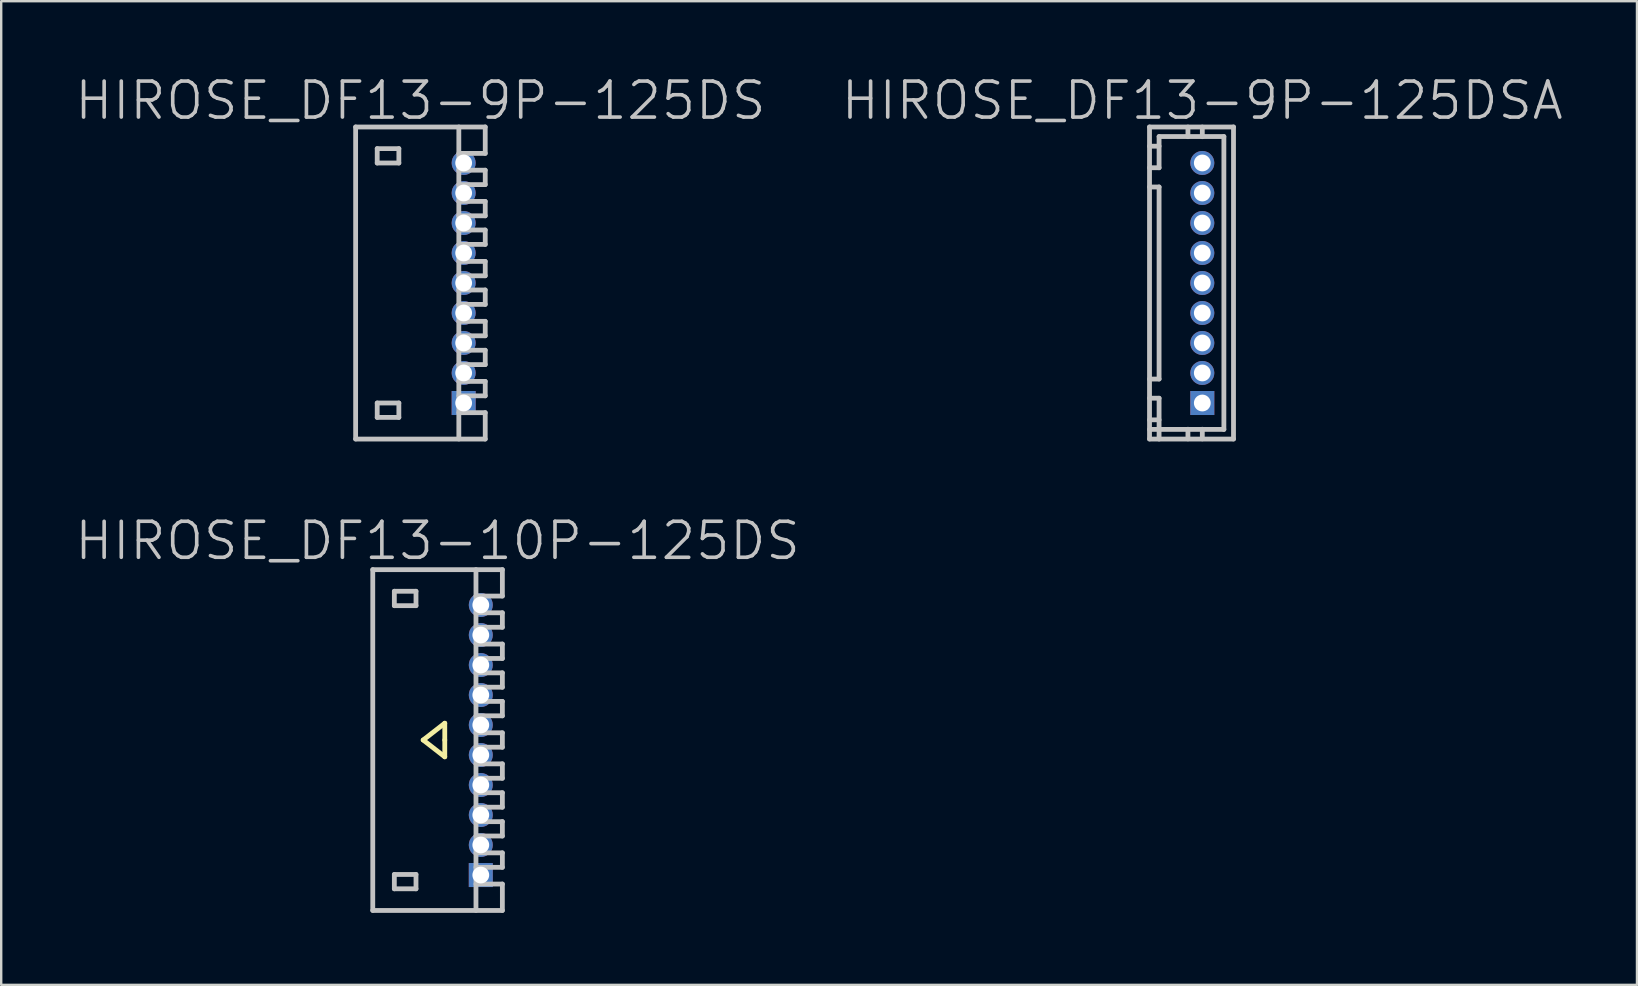
<source format=kicad_pcb>
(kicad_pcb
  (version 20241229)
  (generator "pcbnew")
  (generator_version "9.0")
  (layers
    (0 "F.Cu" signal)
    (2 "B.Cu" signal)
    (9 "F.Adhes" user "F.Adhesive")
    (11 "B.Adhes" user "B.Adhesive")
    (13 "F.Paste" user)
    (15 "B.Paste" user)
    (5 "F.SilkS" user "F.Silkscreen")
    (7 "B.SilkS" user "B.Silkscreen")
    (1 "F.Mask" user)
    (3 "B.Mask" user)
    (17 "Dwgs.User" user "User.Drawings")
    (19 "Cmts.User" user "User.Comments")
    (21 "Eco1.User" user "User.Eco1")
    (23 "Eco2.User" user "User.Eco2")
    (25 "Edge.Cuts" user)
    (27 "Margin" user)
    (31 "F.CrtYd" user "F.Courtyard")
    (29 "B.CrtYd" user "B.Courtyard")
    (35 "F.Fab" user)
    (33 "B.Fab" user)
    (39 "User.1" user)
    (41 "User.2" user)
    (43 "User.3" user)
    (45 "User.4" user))
  (footprint "HIROSE_DF13-9P-125DSA"
    (layer "F.Cu")
    (at 47.046 8.741)
    (property "Reference" "HIROSE_DF13-9P-125DSA" (at 0 -7.6 180) (layer "Dwgs.User") (effects (font (size 1.5 1.5) (thickness 0.15))))
    (attr through_hole)
    (fp_line (start -2.2 -6.5) (end -2.2 6.5) (stroke (width 0.2) (type solid)) (layer "Dwgs.User"))
    (fp_line (start -2.2 -6.5) (end 1.3 -6.5) (stroke (width 0.2) (type solid)) (layer "Dwgs.User"))
    (fp_line (start -2.2 -4) (end -1.801 -4) (stroke (width 0.2) (type solid)) (layer "Dwgs.User"))
    (fp_line (start -2.2 4.003) (end -1.801 4.003) (stroke (width 0.2) (type solid)) (layer "Dwgs.User"))
    (fp_line (start -1.801 -5.7) (end -2.2 -5.7) (stroke (width 0.2) (type solid)) (layer "Dwgs.User"))
    (fp_line (start -1.801 -4.801) (end -2.2 -4.801) (stroke (width 0.2) (type solid)) (layer "Dwgs.User"))
    (fp_line (start -1.801 -4.801) (end -1.801 -6.101) (stroke (width 0.2) (type solid)) (layer "Dwgs.User"))
    (fp_line (start -1.801 4) (end -1.801 -4) (stroke (width 0.2) (type solid)) (layer "Dwgs.User"))
    (fp_line (start -1.801 4.801) (end -2.2 4.801) (stroke (width 0.2) (type solid)) (layer "Dwgs.User"))
    (fp_line (start -1.801 4.801) (end -1.801 6.502) (stroke (width 0.2) (type solid)) (layer "Dwgs.User"))
    (fp_line (start -1.801 5.702) (end -2.2 5.702) (stroke (width 0.2) (type solid)) (layer "Dwgs.User"))
    (fp_line (start -0.599 -6.096) (end -0.599 -6.497) (stroke (width 0.2) (type solid)) (layer "Dwgs.User"))
    (fp_line (start -0.599 6.495) (end -0.599 6.093) (stroke (width 0.2) (type solid)) (layer "Dwgs.User"))
    (fp_line (start -0.099 -5.1) (end -0.099 -4.9) (stroke (width 0.2) (type solid)) (layer "Dwgs.User"))
    (fp_line (start -0.099 -4.9) (end 0.099 -4.9) (stroke (width 0.2) (type solid)) (layer "Dwgs.User"))
    (fp_line (start -0.099 -3.8) (end -0.099 -3.599) (stroke (width 0.2) (type solid)) (layer "Dwgs.User"))
    (fp_line (start -0.099 -3.599) (end 0.099 -3.599) (stroke (width 0.2) (type solid)) (layer "Dwgs.User"))
    (fp_line (start -0.099 -2.601) (end -0.099 -2.4) (stroke (width 0.2) (type solid)) (layer "Dwgs.User"))
    (fp_line (start -0.099 -2.4) (end 0.099 -2.4) (stroke (width 0.2) (type solid)) (layer "Dwgs.User"))
    (fp_line (start -0.099 -1.3) (end -0.099 -1.1) (stroke (width 0.2) (type solid)) (layer "Dwgs.User"))
    (fp_line (start -0.099 -1.1) (end 0.099 -1.1) (stroke (width 0.2) (type solid)) (layer "Dwgs.User"))
    (fp_line (start -0.099 -0.099) (end 0.099 -0.099) (stroke (width 0.2) (type solid)) (layer "Dwgs.User"))
    (fp_line (start -0.099 0.099) (end -0.099 -0.099) (stroke (width 0.2) (type solid)) (layer "Dwgs.User"))
    (fp_line (start -0.099 1.1) (end 0.099 1.1) (stroke (width 0.2) (type solid)) (layer "Dwgs.User"))
    (fp_line (start -0.099 1.3) (end -0.099 1.1) (stroke (width 0.2) (type solid)) (layer "Dwgs.User"))
    (fp_line (start -0.099 2.4) (end 0.099 2.4) (stroke (width 0.2) (type solid)) (layer "Dwgs.User"))
    (fp_line (start -0.099 2.601) (end -0.099 2.4) (stroke (width 0.2) (type solid)) (layer "Dwgs.User"))
    (fp_line (start -0.099 3.599) (end 0.099 3.599) (stroke (width 0.2) (type solid)) (layer "Dwgs.User"))
    (fp_line (start -0.099 3.8) (end -0.099 3.599) (stroke (width 0.2) (type solid)) (layer "Dwgs.User"))
    (fp_line (start -0.099 4.9) (end 0.099 4.9) (stroke (width 0.2) (type solid)) (layer "Dwgs.User"))
    (fp_line (start -0.099 5.1) (end -0.099 4.9) (stroke (width 0.2) (type solid)) (layer "Dwgs.User"))
    (fp_line (start 0 -6.096) (end 0 -6.497) (stroke (width 0.2) (type solid)) (layer "Dwgs.User"))
    (fp_line (start 0 6.093) (end 0 6.495) (stroke (width 0.2) (type solid)) (layer "Dwgs.User"))
    (fp_line (start 0.099 -5.1) (end -0.099 -5.1) (stroke (width 0.2) (type solid)) (layer "Dwgs.User"))
    (fp_line (start 0.099 -4.9) (end 0.099 -5.1) (stroke (width 0.2) (type solid)) (layer "Dwgs.User"))
    (fp_line (start 0.099 -3.8) (end -0.099 -3.8) (stroke (width 0.2) (type solid)) (layer "Dwgs.User"))
    (fp_line (start 0.099 -3.599) (end 0.099 -3.8) (stroke (width 0.2) (type solid)) (layer "Dwgs.User"))
    (fp_line (start 0.099 -2.601) (end -0.099 -2.601) (stroke (width 0.2) (type solid)) (layer "Dwgs.User"))
    (fp_line (start 0.099 -2.4) (end 0.099 -2.601) (stroke (width 0.2) (type solid)) (layer "Dwgs.User"))
    (fp_line (start 0.099 -1.3) (end -0.099 -1.3) (stroke (width 0.2) (type solid)) (layer "Dwgs.User"))
    (fp_line (start 0.099 -1.1) (end 0.099 -1.3) (stroke (width 0.2) (type solid)) (layer "Dwgs.User"))
    (fp_line (start 0.099 -0.099) (end 0.099 0.099) (stroke (width 0.2) (type solid)) (layer "Dwgs.User"))
    (fp_line (start 0.099 0.099) (end -0.099 0.099) (stroke (width 0.2) (type solid)) (layer "Dwgs.User"))
    (fp_line (start 0.099 1.1) (end 0.099 1.3) (stroke (width 0.2) (type solid)) (layer "Dwgs.User"))
    (fp_line (start 0.099 1.3) (end -0.099 1.3) (stroke (width 0.2) (type solid)) (layer "Dwgs.User"))
    (fp_line (start 0.099 2.4) (end 0.099 2.601) (stroke (width 0.2) (type solid)) (layer "Dwgs.User"))
    (fp_line (start 0.099 2.601) (end -0.099 2.601) (stroke (width 0.2) (type solid)) (layer "Dwgs.User"))
    (fp_line (start 0.099 3.599) (end 0.099 3.8) (stroke (width 0.2) (type solid)) (layer "Dwgs.User"))
    (fp_line (start 0.099 3.8) (end -0.099 3.8) (stroke (width 0.2) (type solid)) (layer "Dwgs.User"))
    (fp_line (start 0.099 4.9) (end 0.099 5.1) (stroke (width 0.2) (type solid)) (layer "Dwgs.User"))
    (fp_line (start 0.099 5.1) (end -0.099 5.1) (stroke (width 0.2) (type solid)) (layer "Dwgs.User"))
    (fp_line (start 0.899 -6.101) (end -1.801 -6.101) (stroke (width 0.2) (type solid)) (layer "Dwgs.User"))
    (fp_line (start 0.899 6.101) (end -2.2 6.101) (stroke (width 0.2) (type solid)) (layer "Dwgs.User"))
    (fp_line (start 0.899 6.101) (end 0.899 -6.101) (stroke (width 0.2) (type solid)) (layer "Dwgs.User"))
    (fp_line (start 1.3 -6.5) (end 1.3 6.5) (stroke (width 0.2) (type solid)) (layer "Dwgs.User"))
    (fp_line (start 1.3 6.502) (end -2.2 6.502) (stroke (width 0.2) (type solid)) (layer "Dwgs.User"))
    (pad "1" thru_hole rect (at 0 5.001 270) (size 1 1) (drill 0.7) (layers "*.Cu" "*.Mask"))
    (pad "2" thru_hole circle (at 0 3.749 270) (size 1 1) (drill 0.7) (layers "*.Cu" "*.Mask"))
    (pad "3" thru_hole circle (at 0 2.499 270) (size 1 1) (drill 0.7) (layers "*.Cu" "*.Mask"))
    (pad "4" thru_hole circle (at 0 1.25 270) (size 1 1) (drill 0.7) (layers "*.Cu" "*.Mask"))
    (pad "5" thru_hole circle (at 0 0 270) (size 1 1) (drill 0.7) (layers "*.Cu" "*.Mask"))
    (pad "6" thru_hole circle (at 0 -1.25 270) (size 1 1) (drill 0.7) (layers "*.Cu" "*.Mask"))
    (pad "7" thru_hole circle (at 0 -2.499 270) (size 1 1) (drill 0.7) (layers "*.Cu" "*.Mask"))
    (pad "8" thru_hole circle (at 0 -3.749 270) (size 1 1) (drill 0.7) (layers "*.Cu" "*.Mask"))
    (pad "9" thru_hole circle (at 0 -5.001 270) (size 1 1) (drill 0.7) (layers "*.Cu" "*.Mask")))
  (footprint "HIROSE_DF13-10P-125DS"
    (layer "F.Cu")
    (at 15.182 27.784)
    (property "Reference" "HIROSE_DF13-10P-125DS" (at 0 -8.3 180) (layer "Dwgs.User") (effects (font (size 1.5 1.5) (thickness 0.15))))
    (attr through_hole)
    (fp_line (start -0.6 0) (end 0.3 0.7) (stroke (width 0.2) (type solid)) (layer "F.SilkS"))
    (fp_line (start 0.3 -0.7) (end -0.6 0) (stroke (width 0.2) (type solid)) (layer "F.SilkS"))
    (fp_line (start 0.3 0) (end 0.3 -0.7) (stroke (width 0.2) (type solid)) (layer "F.SilkS"))
    (fp_line (start 0.3 0.7) (end 0.3 0) (stroke (width 0.2) (type solid)) (layer "F.SilkS"))
    (fp_line (start -2.7 -7.099) (end -2.7 7.099) (stroke (width 0.2) (type solid)) (layer "Dwgs.User"))
    (fp_line (start -2.7 -7.099) (end 2.7 -7.099) (stroke (width 0.2) (type solid)) (layer "Dwgs.User"))
    (fp_line (start -2.7 7.102) (end 2.7 7.102) (stroke (width 0.2) (type solid)) (layer "Dwgs.User"))
    (fp_line (start -1.801 -6.198) (end -1.801 -5.598) (stroke (width 0.2) (type solid)) (layer "Dwgs.User"))
    (fp_line (start -1.801 -5.598) (end -0.899 -5.598) (stroke (width 0.2) (type solid)) (layer "Dwgs.User"))
    (fp_line (start -1.801 5.601) (end -0.899 5.601) (stroke (width 0.2) (type solid)) (layer "Dwgs.User"))
    (fp_line (start -1.801 6.2) (end -1.801 5.601) (stroke (width 0.2) (type solid)) (layer "Dwgs.User"))
    (fp_line (start -0.899 -6.198) (end -1.801 -6.198) (stroke (width 0.2) (type solid)) (layer "Dwgs.User"))
    (fp_line (start -0.899 -5.598) (end -0.899 -6.198) (stroke (width 0.2) (type solid)) (layer "Dwgs.User"))
    (fp_line (start -0.899 5.601) (end -0.899 6.2) (stroke (width 0.2) (type solid)) (layer "Dwgs.User"))
    (fp_line (start -0.899 6.2) (end -1.801 6.2) (stroke (width 0.2) (type solid)) (layer "Dwgs.User"))
    (fp_line (start 1.6 -5.999) (end 2.7 -5.999) (stroke (width 0.2) (type solid)) (layer "Dwgs.User"))
    (fp_line (start 1.6 -2.2) (end 2.7 -2.2) (stroke (width 0.2) (type solid)) (layer "Dwgs.User"))
    (fp_line (start 1.6 -1.608) (end 2.7 -1.608) (stroke (width 0.2) (type solid)) (layer "Dwgs.User"))
    (fp_line (start 1.6 -1.008) (end 2.7 -1.008) (stroke (width 0.2) (type solid)) (layer "Dwgs.User"))
    (fp_line (start 1.6 -0.3) (end 2.7 -0.3) (stroke (width 0.2) (type solid)) (layer "Dwgs.User"))
    (fp_line (start 1.6 0.993) (end 2.7 0.993) (stroke (width 0.2) (type solid)) (layer "Dwgs.User"))
    (fp_line (start 1.6 2.197) (end 2.7 2.197) (stroke (width 0.2) (type solid)) (layer "Dwgs.User"))
    (fp_line (start 1.6 3.401) (end 2.7 3.401) (stroke (width 0.2) (type solid)) (layer "Dwgs.User"))
    (fp_line (start 1.6 4.702) (end 2.7 4.702) (stroke (width 0.2) (type solid)) (layer "Dwgs.User"))
    (fp_line (start 1.6 6.002) (end 2.7 6.002) (stroke (width 0.2) (type solid)) (layer "Dwgs.User"))
    (fp_line (start 1.6 7.099) (end 1.6 -7.099) (stroke (width 0.2) (type solid)) (layer "Dwgs.User"))
    (fp_line (start 2.7 -5.999) (end 2.7 -7.099) (stroke (width 0.2) (type solid)) (layer "Dwgs.User"))
    (fp_line (start 2.7 -5.301) (end 1.6 -5.301) (stroke (width 0.2) (type solid)) (layer "Dwgs.User"))
    (fp_line (start 2.7 -4.699) (end 1.6 -4.699) (stroke (width 0.2) (type solid)) (layer "Dwgs.User"))
    (fp_line (start 2.7 -4.699) (end 2.7 -5.301) (stroke (width 0.2) (type solid)) (layer "Dwgs.User"))
    (fp_line (start 2.7 -3.998) (end 1.6 -3.998) (stroke (width 0.2) (type solid)) (layer "Dwgs.User"))
    (fp_line (start 2.7 -3.399) (end 1.6 -3.399) (stroke (width 0.2) (type solid)) (layer "Dwgs.User"))
    (fp_line (start 2.7 -3.399) (end 2.7 -3.998) (stroke (width 0.2) (type solid)) (layer "Dwgs.User"))
    (fp_line (start 2.7 -2.799) (end 1.6 -2.799) (stroke (width 0.2) (type solid)) (layer "Dwgs.User"))
    (fp_line (start 2.7 -2.2) (end 2.7 -2.799) (stroke (width 0.2) (type solid)) (layer "Dwgs.User"))
    (fp_line (start 2.7 -1.008) (end 2.7 -1.608) (stroke (width 0.2) (type solid)) (layer "Dwgs.User"))
    (fp_line (start 2.7 -0.3) (end 2.7 0.3) (stroke (width 0.2) (type solid)) (layer "Dwgs.User"))
    (fp_line (start 2.7 0.3) (end 1.6 0.3) (stroke (width 0.2) (type solid)) (layer "Dwgs.User"))
    (fp_line (start 2.7 0.993) (end 2.7 1.593) (stroke (width 0.2) (type solid)) (layer "Dwgs.User"))
    (fp_line (start 2.7 1.593) (end 1.6 1.593) (stroke (width 0.2) (type solid)) (layer "Dwgs.User"))
    (fp_line (start 2.7 2.197) (end 2.7 2.799) (stroke (width 0.2) (type solid)) (layer "Dwgs.User"))
    (fp_line (start 2.7 2.799) (end 1.6 2.799) (stroke (width 0.2) (type solid)) (layer "Dwgs.User"))
    (fp_line (start 2.7 3.401) (end 2.7 4) (stroke (width 0.2) (type solid)) (layer "Dwgs.User"))
    (fp_line (start 2.7 4) (end 1.6 4) (stroke (width 0.2) (type solid)) (layer "Dwgs.User"))
    (fp_line (start 2.7 4.702) (end 2.7 5.304) (stroke (width 0.2) (type solid)) (layer "Dwgs.User"))
    (fp_line (start 2.7 5.304) (end 1.6 5.304) (stroke (width 0.2) (type solid)) (layer "Dwgs.User"))
    (fp_line (start 2.7 7.102) (end 2.7 6.002) (stroke (width 0.2) (type solid)) (layer "Dwgs.User"))
    (pad "1" thru_hole rect (at 1.801 5.626 270) (size 1 1) (drill 0.7) (layers "*.Cu" "*.Mask"))
    (pad "2" thru_hole circle (at 1.801 4.374 270) (size 1 1) (drill 0.7) (layers "*.Cu" "*.Mask"))
    (pad "3" thru_hole circle (at 1.801 3.124 270) (size 1 1) (drill 0.7) (layers "*.Cu" "*.Mask"))
    (pad "4" thru_hole circle (at 1.801 1.875 270) (size 1 1) (drill 0.7) (layers "*.Cu" "*.Mask"))
    (pad "5" thru_hole circle (at 1.801 0.625 270) (size 1 1) (drill 0.7) (layers "*.Cu" "*.Mask"))
    (pad "6" thru_hole circle (at 1.801 -0.625 270) (size 1 1) (drill 0.7) (layers "*.Cu" "*.Mask"))
    (pad "7" thru_hole circle (at 1.801 -1.875 270) (size 1 1) (drill 0.7) (layers "*.Cu" "*.Mask"))
    (pad "8" thru_hole circle (at 1.801 -3.124 270) (size 1 1) (drill 0.7) (layers "*.Cu" "*.Mask"))
    (pad "9" thru_hole circle (at 1.801 -4.374 270) (size 1 1) (drill 0.7) (layers "*.Cu" "*.Mask"))
    (pad "10" thru_hole circle (at 1.801 -5.626 270) (size 1 1) (drill 0.7) (layers "*.Cu" "*.Mask")))
  (footprint "HIROSE_DF13-9P-125DS"
    (layer "F.Cu")
    (at 14.468 8.741)
    (property "Reference" "HIROSE_DF13-9P-125DS" (at 0 -7.6 180) (layer "Dwgs.User") (effects (font (size 1.5 1.5) (thickness 0.15))))
    (attr through_hole)
    (fp_line (start -2.7 -6.5) (end 2.7 -6.5) (stroke (width 0.2) (type solid)) (layer "Dwgs.User"))
    (fp_line (start -2.7 6.5) (end -2.7 -6.5) (stroke (width 0.2) (type solid)) (layer "Dwgs.User"))
    (fp_line (start -2.7 6.502) (end 2.7 6.502) (stroke (width 0.2) (type solid)) (layer "Dwgs.User"))
    (fp_line (start -1.801 -5.598) (end -1.801 -4.999) (stroke (width 0.2) (type solid)) (layer "Dwgs.User"))
    (fp_line (start -1.801 -4.999) (end -0.899 -4.999) (stroke (width 0.2) (type solid)) (layer "Dwgs.User"))
    (fp_line (start -1.801 5.001) (end -0.899 5.001) (stroke (width 0.2) (type solid)) (layer "Dwgs.User"))
    (fp_line (start -1.801 5.601) (end -1.801 5.001) (stroke (width 0.2) (type solid)) (layer "Dwgs.User"))
    (fp_line (start -0.899 -5.598) (end -1.801 -5.598) (stroke (width 0.2) (type solid)) (layer "Dwgs.User"))
    (fp_line (start -0.899 -4.999) (end -0.899 -5.598) (stroke (width 0.2) (type solid)) (layer "Dwgs.User"))
    (fp_line (start -0.899 5.001) (end -0.899 5.601) (stroke (width 0.2) (type solid)) (layer "Dwgs.User"))
    (fp_line (start -0.899 5.601) (end -1.801 5.601) (stroke (width 0.2) (type solid)) (layer "Dwgs.User"))
    (fp_line (start 1.6 -6.5) (end 1.6 6.5) (stroke (width 0.2) (type solid)) (layer "Dwgs.User"))
    (fp_line (start 1.6 -5.4) (end 2.7 -5.4) (stroke (width 0.2) (type solid)) (layer "Dwgs.User"))
    (fp_line (start 1.6 -2.799) (end 2.7 -2.799) (stroke (width 0.2) (type solid)) (layer "Dwgs.User"))
    (fp_line (start 1.6 -2.207) (end 2.7 -2.207) (stroke (width 0.2) (type solid)) (layer "Dwgs.User"))
    (fp_line (start 1.6 -1.608) (end 2.7 -1.608) (stroke (width 0.2) (type solid)) (layer "Dwgs.User"))
    (fp_line (start 1.6 -0.899) (end 2.7 -0.899) (stroke (width 0.2) (type solid)) (layer "Dwgs.User"))
    (fp_line (start 1.6 0.292) (end 2.7 0.292) (stroke (width 0.2) (type solid)) (layer "Dwgs.User"))
    (fp_line (start 1.6 1.598) (end 2.7 1.598) (stroke (width 0.2) (type solid)) (layer "Dwgs.User"))
    (fp_line (start 1.6 2.802) (end 2.7 2.802) (stroke (width 0.2) (type solid)) (layer "Dwgs.User"))
    (fp_line (start 1.6 4.1) (end 2.7 4.1) (stroke (width 0.2) (type solid)) (layer "Dwgs.User"))
    (fp_line (start 1.6 5.403) (end 2.7 5.403) (stroke (width 0.2) (type solid)) (layer "Dwgs.User"))
    (fp_line (start 2.7 -5.4) (end 2.7 -6.5) (stroke (width 0.2) (type solid)) (layer "Dwgs.User"))
    (fp_line (start 2.7 -4.699) (end 1.6 -4.699) (stroke (width 0.2) (type solid)) (layer "Dwgs.User"))
    (fp_line (start 2.7 -4.1) (end 1.6 -4.1) (stroke (width 0.2) (type solid)) (layer "Dwgs.User"))
    (fp_line (start 2.7 -4.1) (end 2.7 -4.699) (stroke (width 0.2) (type solid)) (layer "Dwgs.User"))
    (fp_line (start 2.7 -3.399) (end 1.6 -3.399) (stroke (width 0.2) (type solid)) (layer "Dwgs.User"))
    (fp_line (start 2.7 -2.799) (end 2.7 -3.399) (stroke (width 0.2) (type solid)) (layer "Dwgs.User"))
    (fp_line (start 2.7 -1.608) (end 2.7 -2.207) (stroke (width 0.2) (type solid)) (layer "Dwgs.User"))
    (fp_line (start 2.7 -0.899) (end 2.7 -0.3) (stroke (width 0.2) (type solid)) (layer "Dwgs.User"))
    (fp_line (start 2.7 -0.3) (end 1.6 -0.3) (stroke (width 0.2) (type solid)) (layer "Dwgs.User"))
    (fp_line (start 2.7 0.292) (end 2.7 0.892) (stroke (width 0.2) (type solid)) (layer "Dwgs.User"))
    (fp_line (start 2.7 0.892) (end 1.6 0.892) (stroke (width 0.2) (type solid)) (layer "Dwgs.User"))
    (fp_line (start 2.7 1.598) (end 2.7 2.2) (stroke (width 0.2) (type solid)) (layer "Dwgs.User"))
    (fp_line (start 2.7 2.2) (end 1.6 2.2) (stroke (width 0.2) (type solid)) (layer "Dwgs.User"))
    (fp_line (start 2.7 2.802) (end 2.7 3.401) (stroke (width 0.2) (type solid)) (layer "Dwgs.User"))
    (fp_line (start 2.7 3.401) (end 1.6 3.401) (stroke (width 0.2) (type solid)) (layer "Dwgs.User"))
    (fp_line (start 2.7 4.1) (end 2.7 4.702) (stroke (width 0.2) (type solid)) (layer "Dwgs.User"))
    (fp_line (start 2.7 4.702) (end 1.6 4.702) (stroke (width 0.2) (type solid)) (layer "Dwgs.User"))
    (fp_line (start 2.7 6.502) (end 2.7 5.403) (stroke (width 0.2) (type solid)) (layer "Dwgs.User"))
    (pad "1" thru_hole rect (at 1.801 5.001 270) (size 1 1) (drill 0.7) (layers "*.Cu" "*.Mask"))
    (pad "2" thru_hole circle (at 1.801 3.749 270) (size 1 1) (drill 0.7) (layers "*.Cu" "*.Mask"))
    (pad "3" thru_hole circle (at 1.801 2.499 270) (size 1 1) (drill 0.7) (layers "*.Cu" "*.Mask"))
    (pad "4" thru_hole circle (at 1.801 1.25 270) (size 1 1) (drill 0.7) (layers "*.Cu" "*.Mask"))
    (pad "5" thru_hole circle (at 1.801 0 270) (size 1 1) (drill 0.7) (layers "*.Cu" "*.Mask"))
    (pad "6" thru_hole circle (at 1.801 -1.25 270) (size 1 1) (drill 0.7) (layers "*.Cu" "*.Mask"))
    (pad "7" thru_hole circle (at 1.801 -2.499 270) (size 1 1) (drill 0.7) (layers "*.Cu" "*.Mask"))
    (pad "8" thru_hole circle (at 1.801 -3.749 270) (size 1 1) (drill 0.7) (layers "*.Cu" "*.Mask"))
    (pad "9" thru_hole circle (at 1.801 -5.001 270) (size 1 1) (drill 0.7) (layers "*.Cu" "*.Mask")))
  (gr_rect
    (start -3 -3)
    (end 65.157 37.986)
    (stroke (width 0.1) (type default))
    (fill no)
    (layer "Edge.Cuts")))
</source>
